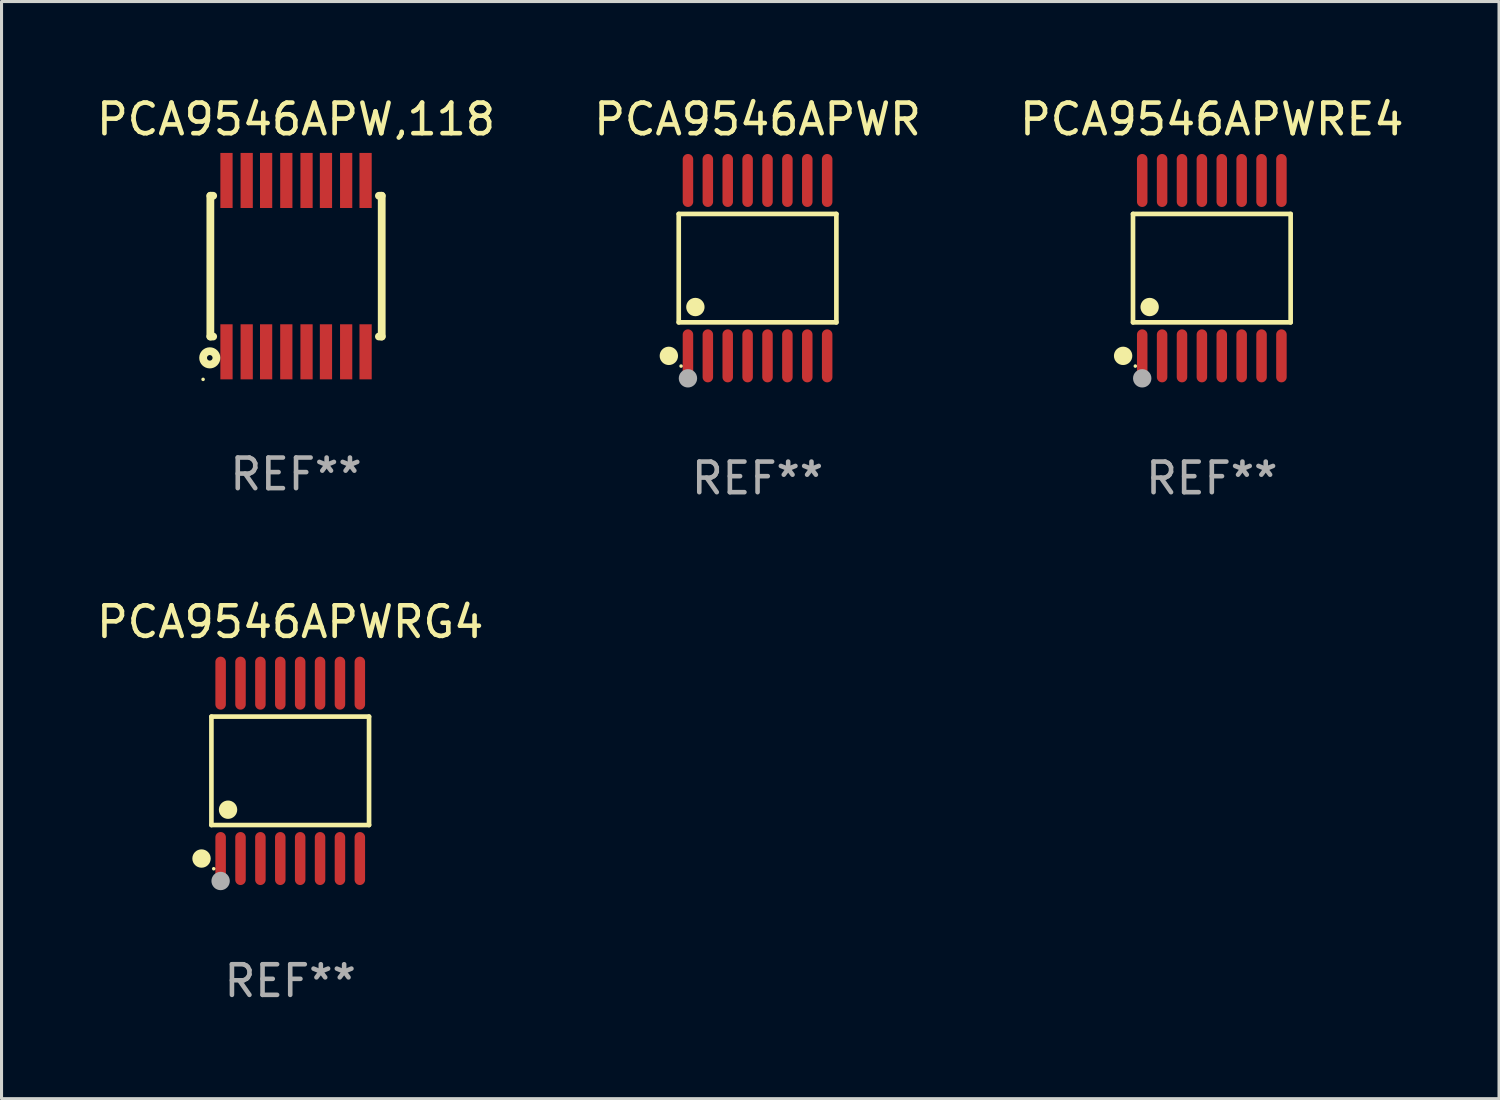
<source format=kicad_pcb>
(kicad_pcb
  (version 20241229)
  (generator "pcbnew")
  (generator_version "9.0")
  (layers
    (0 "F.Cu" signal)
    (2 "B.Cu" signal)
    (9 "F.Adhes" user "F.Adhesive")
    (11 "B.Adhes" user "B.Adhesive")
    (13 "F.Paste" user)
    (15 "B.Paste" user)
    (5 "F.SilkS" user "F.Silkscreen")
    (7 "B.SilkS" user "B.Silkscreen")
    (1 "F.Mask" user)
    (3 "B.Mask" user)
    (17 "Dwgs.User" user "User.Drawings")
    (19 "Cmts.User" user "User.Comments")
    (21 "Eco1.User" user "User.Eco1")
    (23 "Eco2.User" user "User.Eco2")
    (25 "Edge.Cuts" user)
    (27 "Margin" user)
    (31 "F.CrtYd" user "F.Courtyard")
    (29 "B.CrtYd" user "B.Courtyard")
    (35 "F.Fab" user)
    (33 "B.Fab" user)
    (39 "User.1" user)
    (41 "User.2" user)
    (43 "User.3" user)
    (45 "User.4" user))
  (footprint "PCA9546APWRG4"
    (layer "F.Cu")
    (at 6.435 22.142)
    (property "Reference" "PCA9546APWRG4" (at 0 -4.866 0) (layer "F.SilkS") (effects (font (size 1 1) (thickness 0.15))))
    (attr through_hole)
    (fp_line (start -2.576 -1.772) (end 2.576 -1.772) (stroke (width 0.152) (type solid)) (layer "F.SilkS"))
    (fp_line (start -2.576 1.771) (end -2.576 -1.772) (stroke (width 0.152) (type solid)) (layer "F.SilkS"))
    (fp_line (start 2.576 -1.772) (end 2.576 1.771) (stroke (width 0.152) (type solid)) (layer "F.SilkS"))
    (fp_line (start 2.576 1.771) (end -2.576 1.771) (stroke (width 0.152) (type solid)) (layer "F.SilkS"))
    (fp_circle (center -2.899 2.866) (end -2.749 2.866) (stroke (width 0.3) (type solid)) (fill no) (layer "F.SilkS"))
    (fp_circle (center -2.5 3.2) (end -2.47 3.2) (stroke (width 0.06) (type solid)) (fill no) (layer "F.SilkS"))
    (fp_circle (center -2.032 1.27) (end -1.882 1.27) (stroke (width 0.3) (type solid)) (fill no) (layer "F.SilkS"))
    (fp_circle (center -2.275 3.6) (end -2.125 3.6) (stroke (width 0.3) (type solid)) (fill no) (layer "F.Fab"))
    (fp_text user "REF**" (at 0 6.866 0) (layer "F.Fab") (effects (font (size 1 1) (thickness 0.15))))
    (pad "1" smd oval (at -2.275 2.866) (size 0.343 1.731) (layers "F.Cu" "F.Mask" "F.Paste"))
    (pad "2" smd oval (at -1.625 2.866) (size 0.343 1.731) (layers "F.Cu" "F.Mask" "F.Paste"))
    (pad "3" smd oval (at -0.975 2.866) (size 0.343 1.731) (layers "F.Cu" "F.Mask" "F.Paste"))
    (pad "4" smd oval (at -0.325 2.866) (size 0.343 1.731) (layers "F.Cu" "F.Mask" "F.Paste"))
    (pad "5" smd oval (at 0.325 2.866) (size 0.343 1.731) (layers "F.Cu" "F.Mask" "F.Paste"))
    (pad "6" smd oval (at 0.975 2.866) (size 0.343 1.731) (layers "F.Cu" "F.Mask" "F.Paste"))
    (pad "7" smd oval (at 1.625 2.866) (size 0.343 1.731) (layers "F.Cu" "F.Mask" "F.Paste"))
    (pad "8" smd oval (at 2.275 2.866) (size 0.343 1.731) (layers "F.Cu" "F.Mask" "F.Paste"))
    (pad "9" smd oval (at 2.275 -2.866) (size 0.343 1.731) (layers "F.Cu" "F.Mask" "F.Paste"))
    (pad "10" smd oval (at 1.625 -2.866) (size 0.343 1.731) (layers "F.Cu" "F.Mask" "F.Paste"))
    (pad "11" smd oval (at 0.975 -2.866) (size 0.343 1.731) (layers "F.Cu" "F.Mask" "F.Paste"))
    (pad "12" smd oval (at 0.325 -2.866) (size 0.343 1.731) (layers "F.Cu" "F.Mask" "F.Paste"))
    (pad "13" smd oval (at -0.325 -2.866) (size 0.343 1.731) (layers "F.Cu" "F.Mask" "F.Paste"))
    (pad "14" smd oval (at -0.975 -2.866) (size 0.343 1.731) (layers "F.Cu" "F.Mask" "F.Paste"))
    (pad "15" smd oval (at -1.625 -2.866) (size 0.343 1.731) (layers "F.Cu" "F.Mask" "F.Paste"))
    (pad "16" smd oval (at -2.275 -2.866) (size 0.343 1.731) (layers "F.Cu" "F.Mask" "F.Paste")))
  (footprint "PCA9546APW,118"
    (layer "F.Cu")
    (at 6.625 5.648)
    (property "Reference" "PCA9546APW,118" (at 0 -4.8 0) (layer "F.SilkS") (effects (font (size 1 1) (thickness 0.15))))
    (attr through_hole)
    (fp_line (start -2.8 -2.3) (end -2.8 2.3) (stroke (width 0.254) (type solid)) (layer "F.SilkS"))
    (fp_line (start -2.8 -2.3) (end -2.708 -2.3) (stroke (width 0.254) (type solid)) (layer "F.SilkS"))
    (fp_line (start -2.8 2.3) (end -2.708 2.3) (stroke (width 0.254) (type solid)) (layer "F.SilkS"))
    (fp_line (start 2.708 -2.3) (end 2.8 -2.3) (stroke (width 0.254) (type solid)) (layer "F.SilkS"))
    (fp_line (start 2.708 2.3) (end 2.8 2.3) (stroke (width 0.254) (type solid)) (layer "F.SilkS"))
    (fp_line (start 2.8 -2.3) (end 2.8 2.3) (stroke (width 0.254) (type solid)) (layer "F.SilkS"))
    (fp_circle (center -3.038 3.7) (end -3.008 3.7) (stroke (width 0.06) (type solid)) (fill no) (layer "F.SilkS"))
    (fp_circle (center -2.819 2.997) (end -2.728 2.997) (stroke (width 0.254) (type solid)) (fill no) (layer "F.SilkS"))
    (fp_text user "REF**" (at 0 6.8 0) (layer "F.Fab") (effects (font (size 1 1) (thickness 0.15))))
    (pad "1" smd rect (at -2.273 2.8 90) (size 1.8 0.4) (layers "F.Cu" "F.Mask" "F.Paste"))
    (pad "2" smd rect (at -1.613 2.8 90) (size 1.8 0.4) (layers "F.Cu" "F.Mask" "F.Paste"))
    (pad "3" smd rect (at -0.978 2.8 90) (size 1.8 0.4) (layers "F.Cu" "F.Mask" "F.Paste"))
    (pad "4" smd rect (at -0.318 2.8 90) (size 1.8 0.4) (layers "F.Cu" "F.Mask" "F.Paste"))
    (pad "5" smd rect (at 0.343 2.8 90) (size 1.8 0.4) (layers "F.Cu" "F.Mask" "F.Paste"))
    (pad "6" smd rect (at 0.978 2.8 90) (size 1.8 0.4) (layers "F.Cu" "F.Mask" "F.Paste"))
    (pad "7" smd rect (at 1.638 2.8 90) (size 1.8 0.4) (layers "F.Cu" "F.Mask" "F.Paste"))
    (pad "8" smd rect (at 2.273 2.8 90) (size 1.8 0.4) (layers "F.Cu" "F.Mask" "F.Paste"))
    (pad "9" smd rect (at 2.273 -2.8 90) (size 1.8 0.4) (layers "F.Cu" "F.Mask" "F.Paste"))
    (pad "10" smd rect (at 1.638 -2.8 90) (size 1.8 0.4) (layers "F.Cu" "F.Mask" "F.Paste"))
    (pad "11" smd rect (at 0.978 -2.8 90) (size 1.8 0.4) (layers "F.Cu" "F.Mask" "F.Paste"))
    (pad "12" smd rect (at 0.343 -2.8 90) (size 1.8 0.4) (layers "F.Cu" "F.Mask" "F.Paste"))
    (pad "13" smd rect (at -0.318 -2.8 90) (size 1.8 0.4) (layers "F.Cu" "F.Mask" "F.Paste"))
    (pad "14" smd rect (at -0.978 -2.8 90) (size 1.8 0.4) (layers "F.Cu" "F.Mask" "F.Paste"))
    (pad "15" smd rect (at -1.613 -2.8 90) (size 1.8 0.4) (layers "F.Cu" "F.Mask" "F.Paste"))
    (pad "16" smd rect (at -2.273 -2.8 90) (size 1.8 0.4) (layers "F.Cu" "F.Mask" "F.Paste")))
  (footprint "PCA9546APWR"
    (layer "F.Cu")
    (at 21.708 5.714)
    (property "Reference" "PCA9546APWR" (at 0 -4.866 0) (layer "F.SilkS") (effects (font (size 1 1) (thickness 0.15))))
    (attr through_hole)
    (fp_line (start -2.576 -1.772) (end 2.576 -1.772) (stroke (width 0.152) (type solid)) (layer "F.SilkS"))
    (fp_line (start -2.576 1.771) (end -2.576 -1.772) (stroke (width 0.152) (type solid)) (layer "F.SilkS"))
    (fp_line (start 2.576 -1.772) (end 2.576 1.771) (stroke (width 0.152) (type solid)) (layer "F.SilkS"))
    (fp_line (start 2.576 1.771) (end -2.576 1.771) (stroke (width 0.152) (type solid)) (layer "F.SilkS"))
    (fp_circle (center -2.899 2.866) (end -2.749 2.866) (stroke (width 0.3) (type solid)) (fill no) (layer "F.SilkS"))
    (fp_circle (center -2.5 3.2) (end -2.47 3.2) (stroke (width 0.06) (type solid)) (fill no) (layer "F.SilkS"))
    (fp_circle (center -2.032 1.27) (end -1.882 1.27) (stroke (width 0.3) (type solid)) (fill no) (layer "F.SilkS"))
    (fp_circle (center -2.275 3.6) (end -2.125 3.6) (stroke (width 0.3) (type solid)) (fill no) (layer "F.Fab"))
    (fp_text user "REF**" (at 0 6.866 0) (layer "F.Fab") (effects (font (size 1 1) (thickness 0.15))))
    (pad "1" smd oval (at -2.275 2.866) (size 0.343 1.731) (layers "F.Cu" "F.Mask" "F.Paste"))
    (pad "2" smd oval (at -1.625 2.866) (size 0.343 1.731) (layers "F.Cu" "F.Mask" "F.Paste"))
    (pad "3" smd oval (at -0.975 2.866) (size 0.343 1.731) (layers "F.Cu" "F.Mask" "F.Paste"))
    (pad "4" smd oval (at -0.325 2.866) (size 0.343 1.731) (layers "F.Cu" "F.Mask" "F.Paste"))
    (pad "5" smd oval (at 0.325 2.866) (size 0.343 1.731) (layers "F.Cu" "F.Mask" "F.Paste"))
    (pad "6" smd oval (at 0.975 2.866) (size 0.343 1.731) (layers "F.Cu" "F.Mask" "F.Paste"))
    (pad "7" smd oval (at 1.625 2.866) (size 0.343 1.731) (layers "F.Cu" "F.Mask" "F.Paste"))
    (pad "8" smd oval (at 2.275 2.866) (size 0.343 1.731) (layers "F.Cu" "F.Mask" "F.Paste"))
    (pad "9" smd oval (at 2.275 -2.866) (size 0.343 1.731) (layers "F.Cu" "F.Mask" "F.Paste"))
    (pad "10" smd oval (at 1.625 -2.866) (size 0.343 1.731) (layers "F.Cu" "F.Mask" "F.Paste"))
    (pad "11" smd oval (at 0.975 -2.866) (size 0.343 1.731) (layers "F.Cu" "F.Mask" "F.Paste"))
    (pad "12" smd oval (at 0.325 -2.866) (size 0.343 1.731) (layers "F.Cu" "F.Mask" "F.Paste"))
    (pad "13" smd oval (at -0.325 -2.866) (size 0.343 1.731) (layers "F.Cu" "F.Mask" "F.Paste"))
    (pad "14" smd oval (at -0.975 -2.866) (size 0.343 1.731) (layers "F.Cu" "F.Mask" "F.Paste"))
    (pad "15" smd oval (at -1.625 -2.866) (size 0.343 1.731) (layers "F.Cu" "F.Mask" "F.Paste"))
    (pad "16" smd oval (at -2.275 -2.866) (size 0.343 1.731) (layers "F.Cu" "F.Mask" "F.Paste")))
  (footprint "PCA9546APWRE4"
    (layer "F.Cu")
    (at 36.554 5.714)
    (property "Reference" "PCA9546APWRE4" (at 0 -4.866 0) (layer "F.SilkS") (effects (font (size 1 1) (thickness 0.15))))
    (attr through_hole)
    (fp_line (start -2.576 -1.772) (end 2.576 -1.772) (stroke (width 0.152) (type solid)) (layer "F.SilkS"))
    (fp_line (start -2.576 1.771) (end -2.576 -1.772) (stroke (width 0.152) (type solid)) (layer "F.SilkS"))
    (fp_line (start 2.576 -1.772) (end 2.576 1.771) (stroke (width 0.152) (type solid)) (layer "F.SilkS"))
    (fp_line (start 2.576 1.771) (end -2.576 1.771) (stroke (width 0.152) (type solid)) (layer "F.SilkS"))
    (fp_circle (center -2.899 2.866) (end -2.749 2.866) (stroke (width 0.3) (type solid)) (fill no) (layer "F.SilkS"))
    (fp_circle (center -2.5 3.2) (end -2.47 3.2) (stroke (width 0.06) (type solid)) (fill no) (layer "F.SilkS"))
    (fp_circle (center -2.032 1.27) (end -1.882 1.27) (stroke (width 0.3) (type solid)) (fill no) (layer "F.SilkS"))
    (fp_circle (center -2.275 3.6) (end -2.125 3.6) (stroke (width 0.3) (type solid)) (fill no) (layer "F.Fab"))
    (fp_text user "REF**" (at 0 6.866 0) (layer "F.Fab") (effects (font (size 1 1) (thickness 0.15))))
    (pad "1" smd oval (at -2.275 2.866) (size 0.343 1.731) (layers "F.Cu" "F.Mask" "F.Paste"))
    (pad "2" smd oval (at -1.625 2.866) (size 0.343 1.731) (layers "F.Cu" "F.Mask" "F.Paste"))
    (pad "3" smd oval (at -0.975 2.866) (size 0.343 1.731) (layers "F.Cu" "F.Mask" "F.Paste"))
    (pad "4" smd oval (at -0.325 2.866) (size 0.343 1.731) (layers "F.Cu" "F.Mask" "F.Paste"))
    (pad "5" smd oval (at 0.325 2.866) (size 0.343 1.731) (layers "F.Cu" "F.Mask" "F.Paste"))
    (pad "6" smd oval (at 0.975 2.866) (size 0.343 1.731) (layers "F.Cu" "F.Mask" "F.Paste"))
    (pad "7" smd oval (at 1.625 2.866) (size 0.343 1.731) (layers "F.Cu" "F.Mask" "F.Paste"))
    (pad "8" smd oval (at 2.275 2.866) (size 0.343 1.731) (layers "F.Cu" "F.Mask" "F.Paste"))
    (pad "9" smd oval (at 2.275 -2.866) (size 0.343 1.731) (layers "F.Cu" "F.Mask" "F.Paste"))
    (pad "10" smd oval (at 1.625 -2.866) (size 0.343 1.731) (layers "F.Cu" "F.Mask" "F.Paste"))
    (pad "11" smd oval (at 0.975 -2.866) (size 0.343 1.731) (layers "F.Cu" "F.Mask" "F.Paste"))
    (pad "12" smd oval (at 0.325 -2.866) (size 0.343 1.731) (layers "F.Cu" "F.Mask" "F.Paste"))
    (pad "13" smd oval (at -0.325 -2.866) (size 0.343 1.731) (layers "F.Cu" "F.Mask" "F.Paste"))
    (pad "14" smd oval (at -0.975 -2.866) (size 0.343 1.731) (layers "F.Cu" "F.Mask" "F.Paste"))
    (pad "15" smd oval (at -1.625 -2.866) (size 0.343 1.731) (layers "F.Cu" "F.Mask" "F.Paste"))
    (pad "16" smd oval (at -2.275 -2.866) (size 0.343 1.731) (layers "F.Cu" "F.Mask" "F.Paste")))
  (gr_rect
    (start -3 -3)
    (end 45.94 32.856)
    (stroke (width 0.1) (type default))
    (fill no)
    (layer "Edge.Cuts")))
</source>
